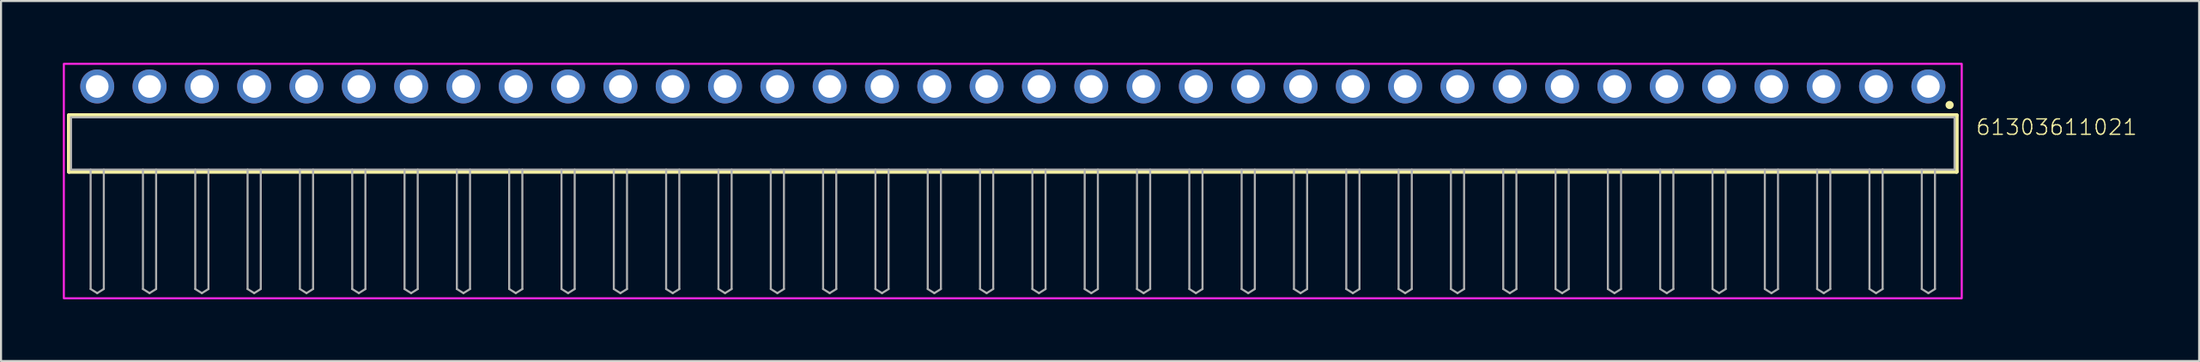
<source format=kicad_pcb>
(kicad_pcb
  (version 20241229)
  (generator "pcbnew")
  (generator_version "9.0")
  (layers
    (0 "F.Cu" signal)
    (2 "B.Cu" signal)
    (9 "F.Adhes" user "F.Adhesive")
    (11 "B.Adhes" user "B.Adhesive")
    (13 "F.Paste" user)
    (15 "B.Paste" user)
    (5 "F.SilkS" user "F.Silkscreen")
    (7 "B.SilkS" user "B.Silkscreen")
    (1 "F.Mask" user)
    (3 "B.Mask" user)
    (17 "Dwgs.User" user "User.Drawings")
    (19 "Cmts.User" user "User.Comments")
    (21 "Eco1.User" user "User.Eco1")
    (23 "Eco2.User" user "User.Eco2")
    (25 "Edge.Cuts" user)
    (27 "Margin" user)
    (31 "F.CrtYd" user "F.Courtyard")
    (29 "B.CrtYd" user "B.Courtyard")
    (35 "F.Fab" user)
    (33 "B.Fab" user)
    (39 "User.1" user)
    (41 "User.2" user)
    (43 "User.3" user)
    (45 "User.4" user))
  (footprint "61303611021"
    (layer "F.Cu")
    (at 46.12 3.92)
    (property "Reference" "61303611021" (at 46.715 -0.352 0) (unlocked yes) (layer "F.SilkS") (effects (font (size 0.748 0.748) (thickness 0.065)) (justify left bottom)))
    (fp_line (start -45.82 -1.37) (end 45.82 -1.37) (stroke (width 0.2) (type solid)) (layer "F.SilkS"))
    (fp_line (start -45.82 1.37) (end -45.82 -1.37) (stroke (width 0.2) (type solid)) (layer "F.SilkS"))
    (fp_line (start 45.82 -1.37) (end 45.82 1.37) (stroke (width 0.2) (type solid)) (layer "F.SilkS"))
    (fp_line (start 45.82 1.37) (end -45.82 1.37) (stroke (width 0.2) (type solid)) (layer "F.SilkS"))
    (fp_circle (center 45.48 -1.87) (end 45.58 -1.87) (stroke (width 0.2) (type solid)) (fill no) (layer "F.SilkS"))
    (fp_poly (pts (xy 46.07 7.52) (xy -46.07 7.52) (xy -46.07 -3.87) (xy 46.07 -3.87)) (stroke (width 0.1) (type default)) (fill no) (layer "F.CrtYd"))
    (fp_line (start -45.72 -1.27) (end 45.72 -1.27) (stroke (width 0.1) (type solid)) (layer "F.Fab"))
    (fp_line (start -45.72 1.27) (end -45.72 -1.27) (stroke (width 0.1) (type solid)) (layer "F.Fab"))
    (fp_line (start -44.77 1.27) (end -44.77 7.07) (stroke (width 0.1) (type solid)) (layer "F.Fab"))
    (fp_line (start -44.77 7.07) (end -44.45 7.27) (stroke (width 0.1) (type solid)) (layer "F.Fab"))
    (fp_line (start -44.45 7.27) (end -44.13 7.07) (stroke (width 0.1) (type solid)) (layer "F.Fab"))
    (fp_line (start -44.13 1.27) (end -44.13 7.07) (stroke (width 0.1) (type solid)) (layer "F.Fab"))
    (fp_line (start -42.23 1.27) (end -42.23 7.07) (stroke (width 0.1) (type solid)) (layer "F.Fab"))
    (fp_line (start -42.23 7.07) (end -41.91 7.27) (stroke (width 0.1) (type solid)) (layer "F.Fab"))
    (fp_line (start -41.91 7.27) (end -41.59 7.07) (stroke (width 0.1) (type solid)) (layer "F.Fab"))
    (fp_line (start -41.59 1.27) (end -41.59 7.07) (stroke (width 0.1) (type solid)) (layer "F.Fab"))
    (fp_line (start -39.69 1.27) (end -39.69 7.07) (stroke (width 0.1) (type solid)) (layer "F.Fab"))
    (fp_line (start -39.69 7.07) (end -39.37 7.27) (stroke (width 0.1) (type solid)) (layer "F.Fab"))
    (fp_line (start -39.37 7.27) (end -39.05 7.07) (stroke (width 0.1) (type solid)) (layer "F.Fab"))
    (fp_line (start -39.05 1.27) (end -39.05 7.07) (stroke (width 0.1) (type solid)) (layer "F.Fab"))
    (fp_line (start -37.15 1.27) (end -37.15 7.07) (stroke (width 0.1) (type solid)) (layer "F.Fab"))
    (fp_line (start -37.15 7.07) (end -36.83 7.27) (stroke (width 0.1) (type solid)) (layer "F.Fab"))
    (fp_line (start -36.83 7.27) (end -36.51 7.07) (stroke (width 0.1) (type solid)) (layer "F.Fab"))
    (fp_line (start -36.51 1.27) (end -36.51 7.07) (stroke (width 0.1) (type solid)) (layer "F.Fab"))
    (fp_line (start -34.61 1.27) (end -34.61 7.07) (stroke (width 0.1) (type solid)) (layer "F.Fab"))
    (fp_line (start -34.61 7.07) (end -34.29 7.27) (stroke (width 0.1) (type solid)) (layer "F.Fab"))
    (fp_line (start -34.29 7.27) (end -33.97 7.07) (stroke (width 0.1) (type solid)) (layer "F.Fab"))
    (fp_line (start -33.97 1.27) (end -33.97 7.07) (stroke (width 0.1) (type solid)) (layer "F.Fab"))
    (fp_line (start -32.07 1.27) (end -32.07 7.07) (stroke (width 0.1) (type solid)) (layer "F.Fab"))
    (fp_line (start -32.07 7.07) (end -31.75 7.27) (stroke (width 0.1) (type solid)) (layer "F.Fab"))
    (fp_line (start -31.75 7.27) (end -31.43 7.07) (stroke (width 0.1) (type solid)) (layer "F.Fab"))
    (fp_line (start -31.43 1.27) (end -31.43 7.07) (stroke (width 0.1) (type solid)) (layer "F.Fab"))
    (fp_line (start -29.53 1.27) (end -29.53 7.07) (stroke (width 0.1) (type solid)) (layer "F.Fab"))
    (fp_line (start -29.53 7.07) (end -29.21 7.27) (stroke (width 0.1) (type solid)) (layer "F.Fab"))
    (fp_line (start -29.21 7.27) (end -28.89 7.07) (stroke (width 0.1) (type solid)) (layer "F.Fab"))
    (fp_line (start -28.89 1.27) (end -28.89 7.07) (stroke (width 0.1) (type solid)) (layer "F.Fab"))
    (fp_line (start -26.99 1.27) (end -26.99 7.07) (stroke (width 0.1) (type solid)) (layer "F.Fab"))
    (fp_line (start -26.99 7.07) (end -26.67 7.27) (stroke (width 0.1) (type solid)) (layer "F.Fab"))
    (fp_line (start -26.67 7.27) (end -26.35 7.07) (stroke (width 0.1) (type solid)) (layer "F.Fab"))
    (fp_line (start -26.35 1.27) (end -26.35 7.07) (stroke (width 0.1) (type solid)) (layer "F.Fab"))
    (fp_line (start -24.45 1.27) (end -24.45 7.07) (stroke (width 0.1) (type solid)) (layer "F.Fab"))
    (fp_line (start -24.45 7.07) (end -24.13 7.27) (stroke (width 0.1) (type solid)) (layer "F.Fab"))
    (fp_line (start -24.13 7.27) (end -23.81 7.07) (stroke (width 0.1) (type solid)) (layer "F.Fab"))
    (fp_line (start -23.81 1.27) (end -23.81 7.07) (stroke (width 0.1) (type solid)) (layer "F.Fab"))
    (fp_line (start -21.91 1.27) (end -21.91 7.07) (stroke (width 0.1) (type solid)) (layer "F.Fab"))
    (fp_line (start -21.91 7.07) (end -21.59 7.27) (stroke (width 0.1) (type solid)) (layer "F.Fab"))
    (fp_line (start -21.59 7.27) (end -21.27 7.07) (stroke (width 0.1) (type solid)) (layer "F.Fab"))
    (fp_line (start -21.27 1.27) (end -21.27 7.07) (stroke (width 0.1) (type solid)) (layer "F.Fab"))
    (fp_line (start -19.37 1.27) (end -19.37 7.07) (stroke (width 0.1) (type solid)) (layer "F.Fab"))
    (fp_line (start -19.37 7.07) (end -19.05 7.27) (stroke (width 0.1) (type solid)) (layer "F.Fab"))
    (fp_line (start -19.05 7.27) (end -18.73 7.07) (stroke (width 0.1) (type solid)) (layer "F.Fab"))
    (fp_line (start -18.73 1.27) (end -18.73 7.07) (stroke (width 0.1) (type solid)) (layer "F.Fab"))
    (fp_line (start -16.83 1.27) (end -16.83 7.07) (stroke (width 0.1) (type solid)) (layer "F.Fab"))
    (fp_line (start -16.83 7.07) (end -16.51 7.27) (stroke (width 0.1) (type solid)) (layer "F.Fab"))
    (fp_line (start -16.51 7.27) (end -16.19 7.07) (stroke (width 0.1) (type solid)) (layer "F.Fab"))
    (fp_line (start -16.19 1.27) (end -16.19 7.07) (stroke (width 0.1) (type solid)) (layer "F.Fab"))
    (fp_line (start -14.29 1.27) (end -14.29 7.07) (stroke (width 0.1) (type solid)) (layer "F.Fab"))
    (fp_line (start -14.29 7.07) (end -13.97 7.27) (stroke (width 0.1) (type solid)) (layer "F.Fab"))
    (fp_line (start -13.97 7.27) (end -13.65 7.07) (stroke (width 0.1) (type solid)) (layer "F.Fab"))
    (fp_line (start -13.65 1.27) (end -13.65 7.07) (stroke (width 0.1) (type solid)) (layer "F.Fab"))
    (fp_line (start -11.75 1.27) (end -11.75 7.07) (stroke (width 0.1) (type solid)) (layer "F.Fab"))
    (fp_line (start -11.75 7.07) (end -11.43 7.27) (stroke (width 0.1) (type solid)) (layer "F.Fab"))
    (fp_line (start -11.43 7.27) (end -11.11 7.07) (stroke (width 0.1) (type solid)) (layer "F.Fab"))
    (fp_line (start -11.11 1.27) (end -11.11 7.07) (stroke (width 0.1) (type solid)) (layer "F.Fab"))
    (fp_line (start -9.21 1.27) (end -9.21 7.07) (stroke (width 0.1) (type solid)) (layer "F.Fab"))
    (fp_line (start -9.21 7.07) (end -8.89 7.27) (stroke (width 0.1) (type solid)) (layer "F.Fab"))
    (fp_line (start -8.89 7.27) (end -8.57 7.07) (stroke (width 0.1) (type solid)) (layer "F.Fab"))
    (fp_line (start -8.57 1.27) (end -8.57 7.07) (stroke (width 0.1) (type solid)) (layer "F.Fab"))
    (fp_line (start -6.67 1.27) (end -6.67 7.07) (stroke (width 0.1) (type solid)) (layer "F.Fab"))
    (fp_line (start -6.67 7.07) (end -6.35 7.27) (stroke (width 0.1) (type solid)) (layer "F.Fab"))
    (fp_line (start -6.35 7.27) (end -6.03 7.07) (stroke (width 0.1) (type solid)) (layer "F.Fab"))
    (fp_line (start -6.03 1.27) (end -6.03 7.07) (stroke (width 0.1) (type solid)) (layer "F.Fab"))
    (fp_line (start -4.13 1.27) (end -4.13 7.07) (stroke (width 0.1) (type solid)) (layer "F.Fab"))
    (fp_line (start -4.13 7.07) (end -3.81 7.27) (stroke (width 0.1) (type solid)) (layer "F.Fab"))
    (fp_line (start -3.81 7.27) (end -3.49 7.07) (stroke (width 0.1) (type solid)) (layer "F.Fab"))
    (fp_line (start -3.49 1.27) (end -3.49 7.07) (stroke (width 0.1) (type solid)) (layer "F.Fab"))
    (fp_line (start -1.59 1.27) (end -1.59 7.07) (stroke (width 0.1) (type solid)) (layer "F.Fab"))
    (fp_line (start -1.59 7.07) (end -1.27 7.27) (stroke (width 0.1) (type solid)) (layer "F.Fab"))
    (fp_line (start -1.27 7.27) (end -0.95 7.07) (stroke (width 0.1) (type solid)) (layer "F.Fab"))
    (fp_line (start -0.95 1.27) (end -0.95 7.07) (stroke (width 0.1) (type solid)) (layer "F.Fab"))
    (fp_line (start 0.95 1.27) (end 0.95 7.07) (stroke (width 0.1) (type solid)) (layer "F.Fab"))
    (fp_line (start 0.95 7.07) (end 1.27 7.27) (stroke (width 0.1) (type solid)) (layer "F.Fab"))
    (fp_line (start 1.27 7.27) (end 1.59 7.07) (stroke (width 0.1) (type solid)) (layer "F.Fab"))
    (fp_line (start 1.59 1.27) (end 1.59 7.07) (stroke (width 0.1) (type solid)) (layer "F.Fab"))
    (fp_line (start 3.49 1.27) (end 3.49 7.07) (stroke (width 0.1) (type solid)) (layer "F.Fab"))
    (fp_line (start 3.49 7.07) (end 3.81 7.27) (stroke (width 0.1) (type solid)) (layer "F.Fab"))
    (fp_line (start 3.81 7.27) (end 4.13 7.07) (stroke (width 0.1) (type solid)) (layer "F.Fab"))
    (fp_line (start 4.13 1.27) (end 4.13 7.07) (stroke (width 0.1) (type solid)) (layer "F.Fab"))
    (fp_line (start 6.03 1.27) (end 6.03 7.07) (stroke (width 0.1) (type solid)) (layer "F.Fab"))
    (fp_line (start 6.03 7.07) (end 6.35 7.27) (stroke (width 0.1) (type solid)) (layer "F.Fab"))
    (fp_line (start 6.35 7.27) (end 6.67 7.07) (stroke (width 0.1) (type solid)) (layer "F.Fab"))
    (fp_line (start 6.67 1.27) (end 6.67 7.07) (stroke (width 0.1) (type solid)) (layer "F.Fab"))
    (fp_line (start 8.57 1.27) (end 8.57 7.07) (stroke (width 0.1) (type solid)) (layer "F.Fab"))
    (fp_line (start 8.57 7.07) (end 8.89 7.27) (stroke (width 0.1) (type solid)) (layer "F.Fab"))
    (fp_line (start 8.89 7.27) (end 9.21 7.07) (stroke (width 0.1) (type solid)) (layer "F.Fab"))
    (fp_line (start 9.21 1.27) (end 9.21 7.07) (stroke (width 0.1) (type solid)) (layer "F.Fab"))
    (fp_line (start 11.11 1.27) (end 11.11 7.07) (stroke (width 0.1) (type solid)) (layer "F.Fab"))
    (fp_line (start 11.11 7.07) (end 11.43 7.27) (stroke (width 0.1) (type solid)) (layer "F.Fab"))
    (fp_line (start 11.43 7.27) (end 11.75 7.07) (stroke (width 0.1) (type solid)) (layer "F.Fab"))
    (fp_line (start 11.75 1.27) (end 11.75 7.07) (stroke (width 0.1) (type solid)) (layer "F.Fab"))
    (fp_line (start 13.65 1.27) (end 13.65 7.07) (stroke (width 0.1) (type solid)) (layer "F.Fab"))
    (fp_line (start 13.65 7.07) (end 13.97 7.27) (stroke (width 0.1) (type solid)) (layer "F.Fab"))
    (fp_line (start 13.97 7.27) (end 14.29 7.07) (stroke (width 0.1) (type solid)) (layer "F.Fab"))
    (fp_line (start 14.29 1.27) (end 14.29 7.07) (stroke (width 0.1) (type solid)) (layer "F.Fab"))
    (fp_line (start 16.19 1.27) (end 16.19 7.07) (stroke (width 0.1) (type solid)) (layer "F.Fab"))
    (fp_line (start 16.19 7.07) (end 16.51 7.27) (stroke (width 0.1) (type solid)) (layer "F.Fab"))
    (fp_line (start 16.51 7.27) (end 16.83 7.07) (stroke (width 0.1) (type solid)) (layer "F.Fab"))
    (fp_line (start 16.83 1.27) (end 16.83 7.07) (stroke (width 0.1) (type solid)) (layer "F.Fab"))
    (fp_line (start 18.73 1.27) (end 18.73 7.07) (stroke (width 0.1) (type solid)) (layer "F.Fab"))
    (fp_line (start 18.73 7.07) (end 19.05 7.27) (stroke (width 0.1) (type solid)) (layer "F.Fab"))
    (fp_line (start 19.05 7.27) (end 19.37 7.07) (stroke (width 0.1) (type solid)) (layer "F.Fab"))
    (fp_line (start 19.37 1.27) (end 19.37 7.07) (stroke (width 0.1) (type solid)) (layer "F.Fab"))
    (fp_line (start 21.27 1.27) (end 21.27 7.07) (stroke (width 0.1) (type solid)) (layer "F.Fab"))
    (fp_line (start 21.27 7.07) (end 21.59 7.27) (stroke (width 0.1) (type solid)) (layer "F.Fab"))
    (fp_line (start 21.59 7.27) (end 21.91 7.07) (stroke (width 0.1) (type solid)) (layer "F.Fab"))
    (fp_line (start 21.91 1.27) (end 21.91 7.07) (stroke (width 0.1) (type solid)) (layer "F.Fab"))
    (fp_line (start 23.81 1.27) (end 23.81 7.07) (stroke (width 0.1) (type solid)) (layer "F.Fab"))
    (fp_line (start 23.81 7.07) (end 24.13 7.27) (stroke (width 0.1) (type solid)) (layer "F.Fab"))
    (fp_line (start 24.13 7.27) (end 24.45 7.07) (stroke (width 0.1) (type solid)) (layer "F.Fab"))
    (fp_line (start 24.45 1.27) (end 24.45 7.07) (stroke (width 0.1) (type solid)) (layer "F.Fab"))
    (fp_line (start 26.35 1.27) (end 26.35 7.07) (stroke (width 0.1) (type solid)) (layer "F.Fab"))
    (fp_line (start 26.35 7.07) (end 26.67 7.27) (stroke (width 0.1) (type solid)) (layer "F.Fab"))
    (fp_line (start 26.67 7.27) (end 26.99 7.07) (stroke (width 0.1) (type solid)) (layer "F.Fab"))
    (fp_line (start 26.99 1.27) (end 26.99 7.07) (stroke (width 0.1) (type solid)) (layer "F.Fab"))
    (fp_line (start 28.89 1.27) (end 28.89 7.07) (stroke (width 0.1) (type solid)) (layer "F.Fab"))
    (fp_line (start 28.89 7.07) (end 29.21 7.27) (stroke (width 0.1) (type solid)) (layer "F.Fab"))
    (fp_line (start 29.21 7.27) (end 29.53 7.07) (stroke (width 0.1) (type solid)) (layer "F.Fab"))
    (fp_line (start 29.53 1.27) (end 29.53 7.07) (stroke (width 0.1) (type solid)) (layer "F.Fab"))
    (fp_line (start 31.43 1.27) (end 31.43 7.07) (stroke (width 0.1) (type solid)) (layer "F.Fab"))
    (fp_line (start 31.43 7.07) (end 31.75 7.27) (stroke (width 0.1) (type solid)) (layer "F.Fab"))
    (fp_line (start 31.75 7.27) (end 32.07 7.07) (stroke (width 0.1) (type solid)) (layer "F.Fab"))
    (fp_line (start 32.07 1.27) (end 32.07 7.07) (stroke (width 0.1) (type solid)) (layer "F.Fab"))
    (fp_line (start 33.97 1.27) (end 33.97 7.07) (stroke (width 0.1) (type solid)) (layer "F.Fab"))
    (fp_line (start 33.97 7.07) (end 34.29 7.27) (stroke (width 0.1) (type solid)) (layer "F.Fab"))
    (fp_line (start 34.29 7.27) (end 34.61 7.07) (stroke (width 0.1) (type solid)) (layer "F.Fab"))
    (fp_line (start 34.61 1.27) (end 34.61 7.07) (stroke (width 0.1) (type solid)) (layer "F.Fab"))
    (fp_line (start 36.51 1.27) (end 36.51 7.07) (stroke (width 0.1) (type solid)) (layer "F.Fab"))
    (fp_line (start 36.51 7.07) (end 36.83 7.27) (stroke (width 0.1) (type solid)) (layer "F.Fab"))
    (fp_line (start 36.83 7.27) (end 37.15 7.07) (stroke (width 0.1) (type solid)) (layer "F.Fab"))
    (fp_line (start 37.15 1.27) (end 37.15 7.07) (stroke (width 0.1) (type solid)) (layer "F.Fab"))
    (fp_line (start 39.05 1.27) (end 39.05 7.07) (stroke (width 0.1) (type solid)) (layer "F.Fab"))
    (fp_line (start 39.05 7.07) (end 39.37 7.27) (stroke (width 0.1) (type solid)) (layer "F.Fab"))
    (fp_line (start 39.37 7.27) (end 39.69 7.07) (stroke (width 0.1) (type solid)) (layer "F.Fab"))
    (fp_line (start 39.69 1.27) (end 39.69 7.07) (stroke (width 0.1) (type solid)) (layer "F.Fab"))
    (fp_line (start 41.59 1.27) (end -45.72 1.27) (stroke (width 0.1) (type solid)) (layer "F.Fab"))
    (fp_line (start 41.59 1.27) (end 41.59 7.07) (stroke (width 0.1) (type solid)) (layer "F.Fab"))
    (fp_line (start 41.59 7.07) (end 41.91 7.27) (stroke (width 0.1) (type solid)) (layer "F.Fab"))
    (fp_line (start 41.91 7.27) (end 42.23 7.07) (stroke (width 0.1) (type solid)) (layer "F.Fab"))
    (fp_line (start 42.23 1.27) (end 41.59 1.27) (stroke (width 0.1) (type solid)) (layer "F.Fab"))
    (fp_line (start 42.23 1.27) (end 42.23 7.07) (stroke (width 0.1) (type solid)) (layer "F.Fab"))
    (fp_line (start 44.13 1.27) (end 44.13 7.07) (stroke (width 0.1) (type solid)) (layer "F.Fab"))
    (fp_line (start 44.13 7.07) (end 44.45 7.27) (stroke (width 0.1) (type solid)) (layer "F.Fab"))
    (fp_line (start 44.45 7.27) (end 44.77 7.07) (stroke (width 0.1) (type solid)) (layer "F.Fab"))
    (fp_line (start 44.77 1.27) (end 44.77 7.07) (stroke (width 0.1) (type solid)) (layer "F.Fab"))
    (fp_line (start 45.72 -1.27) (end 45.72 1.27) (stroke (width 0.1) (type solid)) (layer "F.Fab"))
    (fp_line (start 45.72 1.27) (end 42.23 1.27) (stroke (width 0.1) (type solid)) (layer "F.Fab"))
    (pad "1" thru_hole circle (at 44.45 -2.77 180) (size 1.65 1.65) (drill 1.1) (layers "*.Cu" "*.Mask"))
    (pad "2" thru_hole circle (at 41.91 -2.77 180) (size 1.65 1.65) (drill 1.1) (layers "*.Cu" "*.Mask"))
    (pad "3" thru_hole circle (at 39.37 -2.77 180) (size 1.65 1.65) (drill 1.1) (layers "*.Cu" "*.Mask"))
    (pad "4" thru_hole circle (at 36.83 -2.77 180) (size 1.65 1.65) (drill 1.1) (layers "*.Cu" "*.Mask"))
    (pad "5" thru_hole circle (at 34.29 -2.77 180) (size 1.65 1.65) (drill 1.1) (layers "*.Cu" "*.Mask"))
    (pad "6" thru_hole circle (at 31.75 -2.77 180) (size 1.65 1.65) (drill 1.1) (layers "*.Cu" "*.Mask"))
    (pad "7" thru_hole circle (at 29.21 -2.77 180) (size 1.65 1.65) (drill 1.1) (layers "*.Cu" "*.Mask"))
    (pad "8" thru_hole circle (at 26.67 -2.77 180) (size 1.65 1.65) (drill 1.1) (layers "*.Cu" "*.Mask"))
    (pad "9" thru_hole circle (at 24.13 -2.77 180) (size 1.65 1.65) (drill 1.1) (layers "*.Cu" "*.Mask"))
    (pad "10" thru_hole circle (at 21.59 -2.77 180) (size 1.65 1.65) (drill 1.1) (layers "*.Cu" "*.Mask"))
    (pad "11" thru_hole circle (at 19.05 -2.77 180) (size 1.65 1.65) (drill 1.1) (layers "*.Cu" "*.Mask"))
    (pad "12" thru_hole circle (at 16.51 -2.77 180) (size 1.65 1.65) (drill 1.1) (layers "*.Cu" "*.Mask"))
    (pad "13" thru_hole circle (at 13.97 -2.77 180) (size 1.65 1.65) (drill 1.1) (layers "*.Cu" "*.Mask"))
    (pad "14" thru_hole circle (at 11.43 -2.77 180) (size 1.65 1.65) (drill 1.1) (layers "*.Cu" "*.Mask"))
    (pad "15" thru_hole circle (at 8.89 -2.77 180) (size 1.65 1.65) (drill 1.1) (layers "*.Cu" "*.Mask"))
    (pad "16" thru_hole circle (at 6.35 -2.77 180) (size 1.65 1.65) (drill 1.1) (layers "*.Cu" "*.Mask"))
    (pad "17" thru_hole circle (at 3.81 -2.77 180) (size 1.65 1.65) (drill 1.1) (layers "*.Cu" "*.Mask"))
    (pad "18" thru_hole circle (at 1.27 -2.77 180) (size 1.65 1.65) (drill 1.1) (layers "*.Cu" "*.Mask"))
    (pad "19" thru_hole circle (at -1.27 -2.77 180) (size 1.65 1.65) (drill 1.1) (layers "*.Cu" "*.Mask"))
    (pad "20" thru_hole circle (at -3.81 -2.77 180) (size 1.65 1.65) (drill 1.1) (layers "*.Cu" "*.Mask"))
    (pad "21" thru_hole circle (at -6.35 -2.77 180) (size 1.65 1.65) (drill 1.1) (layers "*.Cu" "*.Mask"))
    (pad "22" thru_hole circle (at -8.89 -2.77 180) (size 1.65 1.65) (drill 1.1) (layers "*.Cu" "*.Mask"))
    (pad "23" thru_hole circle (at -11.43 -2.77 180) (size 1.65 1.65) (drill 1.1) (layers "*.Cu" "*.Mask"))
    (pad "24" thru_hole circle (at -13.97 -2.77 180) (size 1.65 1.65) (drill 1.1) (layers "*.Cu" "*.Mask"))
    (pad "25" thru_hole circle (at -16.51 -2.77 180) (size 1.65 1.65) (drill 1.1) (layers "*.Cu" "*.Mask"))
    (pad "26" thru_hole circle (at -19.05 -2.77 180) (size 1.65 1.65) (drill 1.1) (layers "*.Cu" "*.Mask"))
    (pad "27" thru_hole circle (at -21.59 -2.77 180) (size 1.65 1.65) (drill 1.1) (layers "*.Cu" "*.Mask"))
    (pad "28" thru_hole circle (at -24.13 -2.77 180) (size 1.65 1.65) (drill 1.1) (layers "*.Cu" "*.Mask"))
    (pad "29" thru_hole circle (at -26.67 -2.77 180) (size 1.65 1.65) (drill 1.1) (layers "*.Cu" "*.Mask"))
    (pad "30" thru_hole circle (at -29.21 -2.77 180) (size 1.65 1.65) (drill 1.1) (layers "*.Cu" "*.Mask"))
    (pad "31" thru_hole circle (at -31.75 -2.77 180) (size 1.65 1.65) (drill 1.1) (layers "*.Cu" "*.Mask"))
    (pad "32" thru_hole circle (at -34.29 -2.77 180) (size 1.65 1.65) (drill 1.1) (layers "*.Cu" "*.Mask"))
    (pad "33" thru_hole circle (at -36.83 -2.77 180) (size 1.65 1.65) (drill 1.1) (layers "*.Cu" "*.Mask"))
    (pad "34" thru_hole circle (at -39.37 -2.77 180) (size 1.65 1.65) (drill 1.1) (layers "*.Cu" "*.Mask"))
    (pad "35" thru_hole circle (at -41.91 -2.77 180) (size 1.65 1.65) (drill 1.1) (layers "*.Cu" "*.Mask"))
    (pad "36" thru_hole circle (at -44.45 -2.77 180) (size 1.65 1.65) (drill 1.1) (layers "*.Cu" "*.Mask")))
  (gr_rect
    (start -3 -3)
    (end 103.714 14.49)
    (stroke (width 0.1) (type default))
    (fill no)
    (layer "Edge.Cuts")))
</source>
